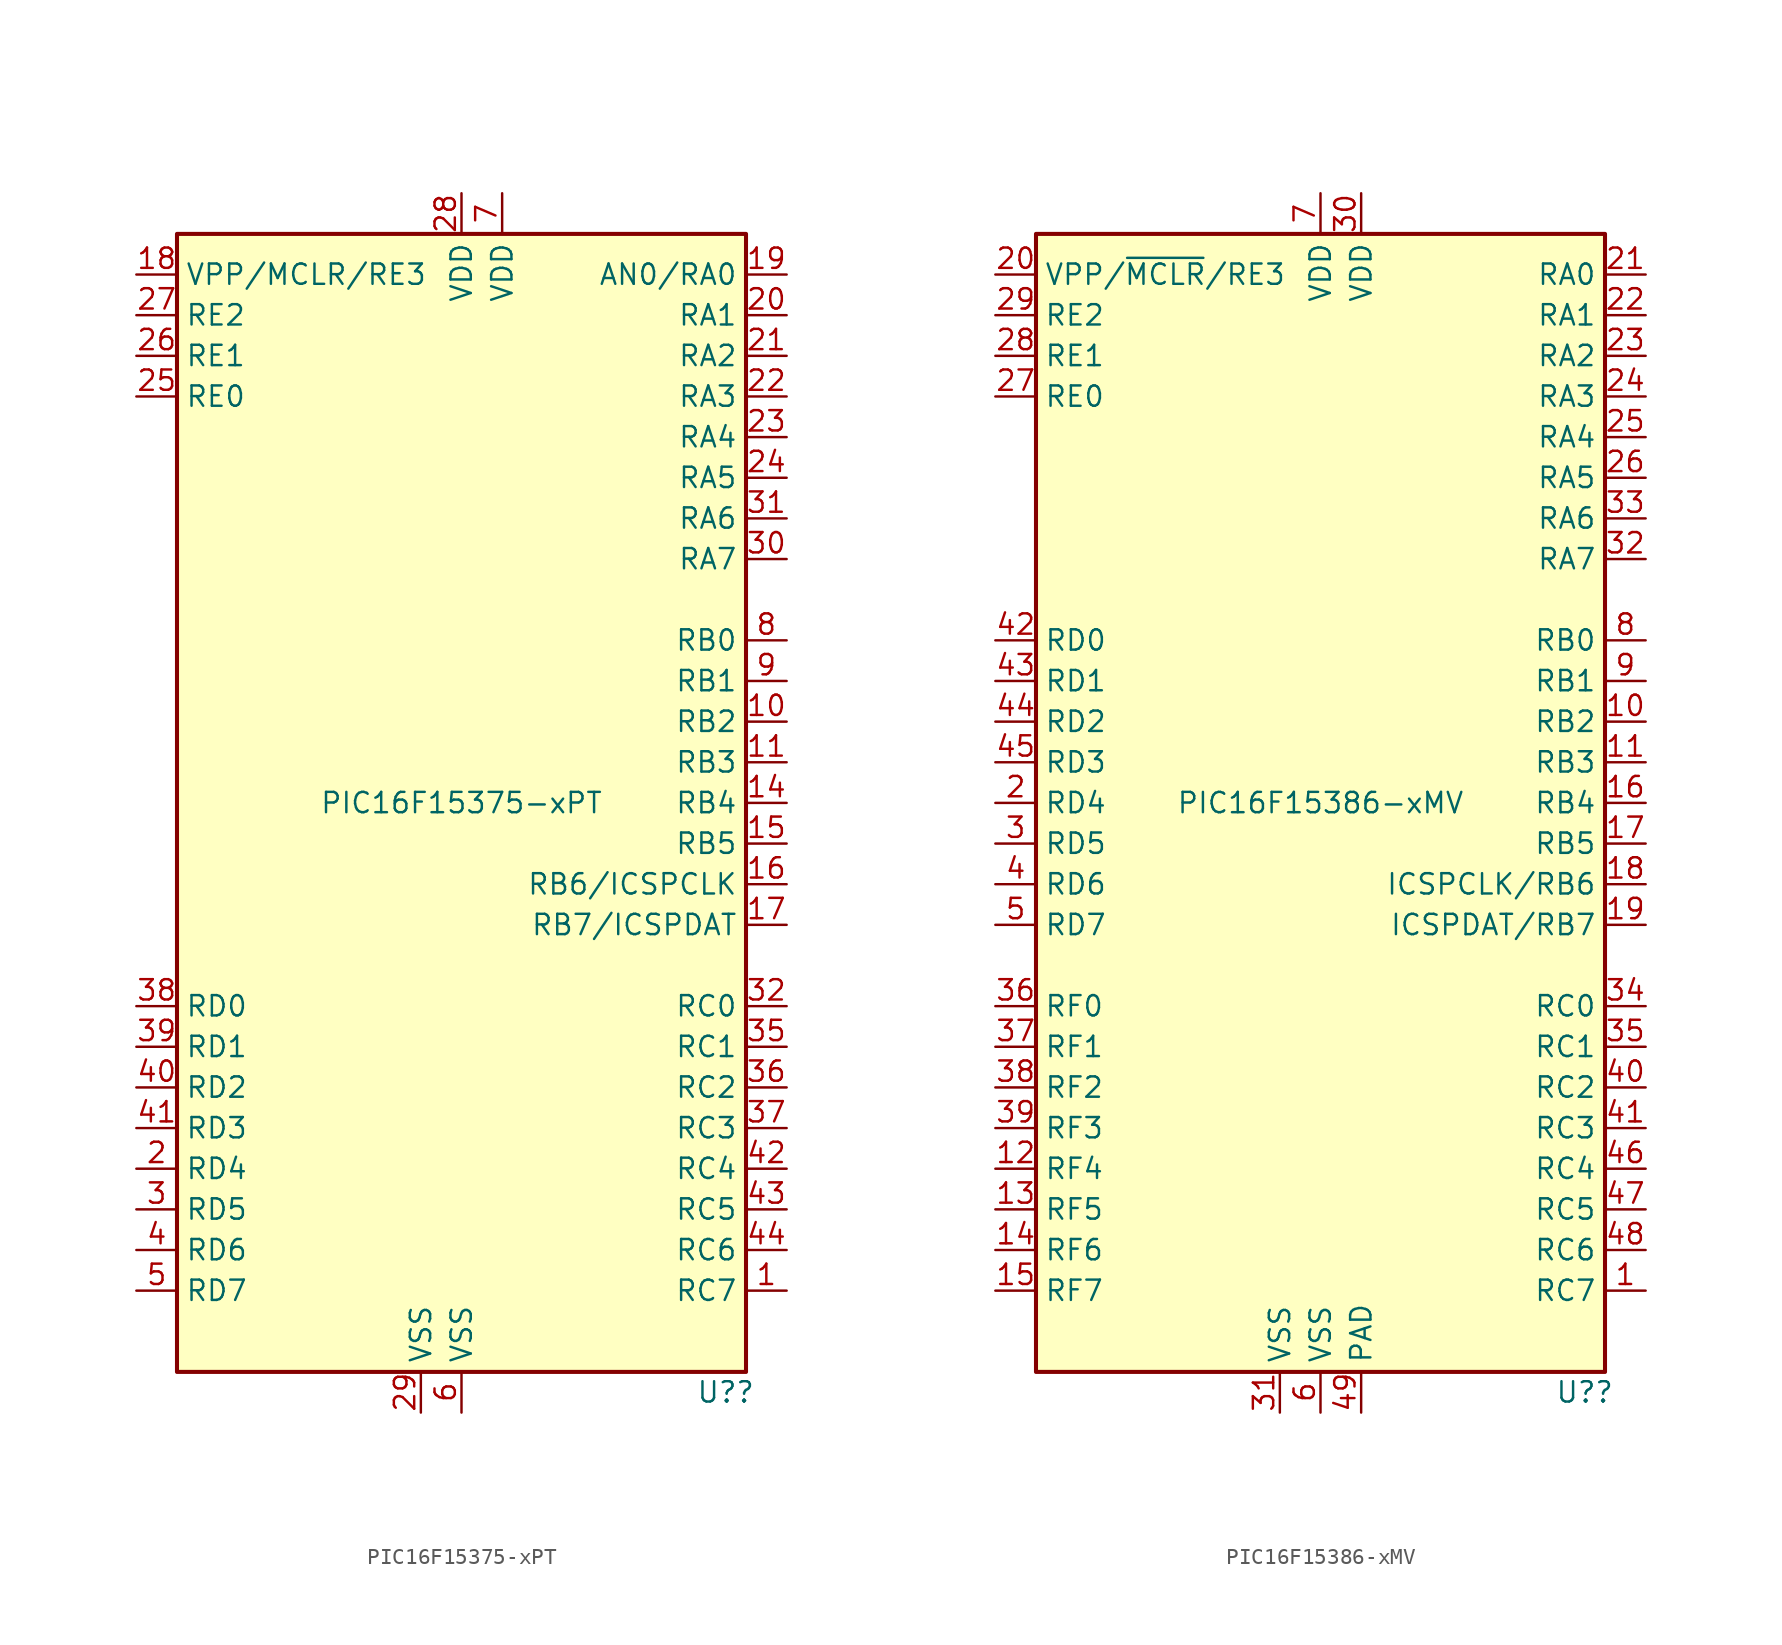
<source format=kicad_sym>
(kicad_symbol_lib
  (version 20201005)
  (generator kicad_symbol_editor)
  (symbol "MCU_Microchip_PIC16:PIC16F15375-xPT"
    (property "Reference" "U?"
      (at 16.51 -36.83 0)
      (effects (font (size 1.27 1.27))))
    (property "Value" "PIC16F15375-xPT"
      (at 0 0 0)
      (effects (font (size 1.27 1.27))))
    (symbol "PIC16F15375-xPT_0_0"
      (pin no_connect line (at -20.32 5.08 0) (length 2.54) hide (name "NC" (effects (font (size 1.27 1.27)))) (number "12" (effects (font (size 1.27 1.27)))))
      (pin no_connect line (at -20.32 0 0) (length 2.54) hide (name "NC" (effects (font (size 1.27 1.27)))) (number "13" (effects (font (size 1.27 1.27)))))
      (pin no_connect line (at -20.32 2.54 0) (length 2.54) hide (name "NC" (effects (font (size 1.27 1.27)))) (number "33" (effects (font (size 1.27 1.27)))))
      (pin no_connect line (at -20.32 7.62 0) (length 2.54) hide (name "NC" (effects (font (size 1.27 1.27)))) (number "34" (effects (font (size 1.27 1.27))))))
    (symbol "PIC16F15375-xPT_0_1"
      (rectangle (start -17.78 35.56) (end 17.78 -35.56) (stroke (width 0.254)) (fill (type background))))
    (symbol "PIC16F15375-xPT_1_1"
      (pin bidirectional line (at 20.32 -30.48 180) (length 2.54) (name "RC7" (effects (font (size 1.27 1.27)))) (number "1" (effects (font (size 1.27 1.27)))))
      (pin bidirectional line (at 20.32 5.08 180) (length 2.54) (name "RB2" (effects (font (size 1.27 1.27)))) (number "10" (effects (font (size 1.27 1.27)))))
      (pin bidirectional line (at 20.32 2.54 180) (length 2.54) (name "RB3" (effects (font (size 1.27 1.27)))) (number "11" (effects (font (size 1.27 1.27)))))
      (pin bidirectional line (at 20.32 0 180) (length 2.54) (name "RB4" (effects (font (size 1.27 1.27)))) (number "14" (effects (font (size 1.27 1.27)))))
      (pin bidirectional line (at 20.32 -2.54 180) (length 2.54) (name "RB5" (effects (font (size 1.27 1.27)))) (number "15" (effects (font (size 1.27 1.27)))))
      (pin bidirectional line (at 20.32 -5.08 180) (length 2.54) (name "RB6/ICSPCLK" (effects (font (size 1.27 1.27)))) (number "16" (effects (font (size 1.27 1.27)))))
      (pin bidirectional line (at 20.32 -7.62 180) (length 2.54) (name "RB7/ICSPDAT" (effects (font (size 1.27 1.27)))) (number "17" (effects (font (size 1.27 1.27)))))
      (pin bidirectional line (at -20.32 33.02 0) (length 2.54) (name "VPP/MCLR/RE3" (effects (font (size 1.27 1.27)))) (number "18" (effects (font (size 1.27 1.27)))))
      (pin bidirectional line (at 20.32 33.02 180) (length 2.54) (name "AN0/RA0" (effects (font (size 1.27 1.27)))) (number "19" (effects (font (size 1.27 1.27)))))
      (pin bidirectional line (at -20.32 -22.86 0) (length 2.54) (name "RD4" (effects (font (size 1.27 1.27)))) (number "2" (effects (font (size 1.27 1.27)))))
      (pin bidirectional line (at 20.32 30.48 180) (length 2.54) (name "RA1" (effects (font (size 1.27 1.27)))) (number "20" (effects (font (size 1.27 1.27)))))
      (pin bidirectional line (at 20.32 27.94 180) (length 2.54) (name "RA2" (effects (font (size 1.27 1.27)))) (number "21" (effects (font (size 1.27 1.27)))))
      (pin bidirectional line (at 20.32 25.4 180) (length 2.54) (name "RA3" (effects (font (size 1.27 1.27)))) (number "22" (effects (font (size 1.27 1.27)))))
      (pin bidirectional line (at 20.32 22.86 180) (length 2.54) (name "RA4" (effects (font (size 1.27 1.27)))) (number "23" (effects (font (size 1.27 1.27)))))
      (pin bidirectional line (at 20.32 20.32 180) (length 2.54) (name "RA5" (effects (font (size 1.27 1.27)))) (number "24" (effects (font (size 1.27 1.27)))))
      (pin bidirectional line (at -20.32 25.4 0) (length 2.54) (name "RE0" (effects (font (size 1.27 1.27)))) (number "25" (effects (font (size 1.27 1.27)))))
      (pin bidirectional line (at -20.32 27.94 0) (length 2.54) (name "RE1" (effects (font (size 1.27 1.27)))) (number "26" (effects (font (size 1.27 1.27)))))
      (pin bidirectional line (at -20.32 30.48 0) (length 2.54) (name "RE2" (effects (font (size 1.27 1.27)))) (number "27" (effects (font (size 1.27 1.27)))))
      (pin power_in line (at 0 38.1 270) (length 2.54) (name "VDD" (effects (font (size 1.27 1.27)))) (number "28" (effects (font (size 1.27 1.27)))))
      (pin power_in line (at -2.54 -38.1 90) (length 2.54) (name "VSS" (effects (font (size 1.27 1.27)))) (number "29" (effects (font (size 1.27 1.27)))))
      (pin bidirectional line (at -20.32 -25.4 0) (length 2.54) (name "RD5" (effects (font (size 1.27 1.27)))) (number "3" (effects (font (size 1.27 1.27)))))
      (pin bidirectional line (at 20.32 15.24 180) (length 2.54) (name "RA7" (effects (font (size 1.27 1.27)))) (number "30" (effects (font (size 1.27 1.27)))))
      (pin bidirectional line (at 20.32 17.78 180) (length 2.54) (name "RA6" (effects (font (size 1.27 1.27)))) (number "31" (effects (font (size 1.27 1.27)))))
      (pin bidirectional line (at 20.32 -12.7 180) (length 2.54) (name "RC0" (effects (font (size 1.27 1.27)))) (number "32" (effects (font (size 1.27 1.27)))))
      (pin bidirectional line (at 20.32 -15.24 180) (length 2.54) (name "RC1" (effects (font (size 1.27 1.27)))) (number "35" (effects (font (size 1.27 1.27)))))
      (pin bidirectional line (at 20.32 -17.78 180) (length 2.54) (name "RC2" (effects (font (size 1.27 1.27)))) (number "36" (effects (font (size 1.27 1.27)))))
      (pin bidirectional line (at 20.32 -20.32 180) (length 2.54) (name "RC3" (effects (font (size 1.27 1.27)))) (number "37" (effects (font (size 1.27 1.27)))))
      (pin bidirectional line (at -20.32 -12.7 0) (length 2.54) (name "RD0" (effects (font (size 1.27 1.27)))) (number "38" (effects (font (size 1.27 1.27)))))
      (pin bidirectional line (at -20.32 -15.24 0) (length 2.54) (name "RD1" (effects (font (size 1.27 1.27)))) (number "39" (effects (font (size 1.27 1.27)))))
      (pin bidirectional line (at -20.32 -27.94 0) (length 2.54) (name "RD6" (effects (font (size 1.27 1.27)))) (number "4" (effects (font (size 1.27 1.27)))))
      (pin bidirectional line (at -20.32 -17.78 0) (length 2.54) (name "RD2" (effects (font (size 1.27 1.27)))) (number "40" (effects (font (size 1.27 1.27)))))
      (pin bidirectional line (at -20.32 -20.32 0) (length 2.54) (name "RD3" (effects (font (size 1.27 1.27)))) (number "41" (effects (font (size 1.27 1.27)))))
      (pin bidirectional line (at 20.32 -22.86 180) (length 2.54) (name "RC4" (effects (font (size 1.27 1.27)))) (number "42" (effects (font (size 1.27 1.27)))))
      (pin bidirectional line (at 20.32 -25.4 180) (length 2.54) (name "RC5" (effects (font (size 1.27 1.27)))) (number "43" (effects (font (size 1.27 1.27)))))
      (pin bidirectional line (at 20.32 -27.94 180) (length 2.54) (name "RC6" (effects (font (size 1.27 1.27)))) (number "44" (effects (font (size 1.27 1.27)))))
      (pin bidirectional line (at -20.32 -30.48 0) (length 2.54) (name "RD7" (effects (font (size 1.27 1.27)))) (number "5" (effects (font (size 1.27 1.27)))))
      (pin power_in line (at 0 -38.1 90) (length 2.54) (name "VSS" (effects (font (size 1.27 1.27)))) (number "6" (effects (font (size 1.27 1.27)))))
      (pin power_in line (at 2.54 38.1 270) (length 2.54) (name "VDD" (effects (font (size 1.27 1.27)))) (number "7" (effects (font (size 1.27 1.27)))))
      (pin bidirectional line (at 20.32 10.16 180) (length 2.54) (name "RB0" (effects (font (size 1.27 1.27)))) (number "8" (effects (font (size 1.27 1.27)))))
      (pin bidirectional line (at 20.32 7.62 180) (length 2.54) (name "RB1" (effects (font (size 1.27 1.27)))) (number "9" (effects (font (size 1.27 1.27)))))))
  (symbol "MCU_Microchip_PIC16:PIC16F15386-xMV"
    (property "Reference" "U?"
      (at 16.51 -36.83 0)
      (effects (font (size 1.27 1.27))))
    (property "Value" "PIC16F15386-xMV"
      (at 0 0 0)
      (effects (font (size 1.27 1.27))))
    (symbol "PIC16F15386-xMV_0_0"
      (pin bidirectional line (at -20.32 -2.54 0) (length 2.54) (name "RD5" (effects (font (size 1.27 1.27)))) (number "3" (effects (font (size 1.27 1.27)))))
      (pin bidirectional line (at -20.32 -5.08 0) (length 2.54) (name "RD6" (effects (font (size 1.27 1.27)))) (number "4" (effects (font (size 1.27 1.27)))))
      (pin power_in line (at 2.54 -38.1 90) (length 2.54) (name "PAD" (effects (font (size 1.27 1.27)))) (number "49" (effects (font (size 1.27 1.27))))))
    (symbol "PIC16F15386-xMV_0_1"
      (rectangle (start -17.78 35.56) (end 17.78 -35.56) (stroke (width 0.254)) (fill (type background))))
    (symbol "PIC16F15386-xMV_1_1"
      (pin bidirectional line (at 20.32 -30.48 180) (length 2.54) (name "RC7" (effects (font (size 1.27 1.27)))) (number "1" (effects (font (size 1.27 1.27)))))
      (pin bidirectional line (at 20.32 5.08 180) (length 2.54) (name "RB2" (effects (font (size 1.27 1.27)))) (number "10" (effects (font (size 1.27 1.27)))))
      (pin bidirectional line (at 20.32 2.54 180) (length 2.54) (name "RB3" (effects (font (size 1.27 1.27)))) (number "11" (effects (font (size 1.27 1.27)))))
      (pin bidirectional line (at -20.32 -22.86 0) (length 2.54) (name "RF4" (effects (font (size 1.27 1.27)))) (number "12" (effects (font (size 1.27 1.27)))))
      (pin bidirectional line (at -20.32 -25.4 0) (length 2.54) (name "RF5" (effects (font (size 1.27 1.27)))) (number "13" (effects (font (size 1.27 1.27)))))
      (pin bidirectional line (at -20.32 -27.94 0) (length 2.54) (name "RF6" (effects (font (size 1.27 1.27)))) (number "14" (effects (font (size 1.27 1.27)))))
      (pin bidirectional line (at -20.32 -30.48 0) (length 2.54) (name "RF7" (effects (font (size 1.27 1.27)))) (number "15" (effects (font (size 1.27 1.27)))))
      (pin bidirectional line (at 20.32 0 180) (length 2.54) (name "RB4" (effects (font (size 1.27 1.27)))) (number "16" (effects (font (size 1.27 1.27)))))
      (pin bidirectional line (at 20.32 -2.54 180) (length 2.54) (name "RB5" (effects (font (size 1.27 1.27)))) (number "17" (effects (font (size 1.27 1.27)))))
      (pin bidirectional line (at 20.32 -5.08 180) (length 2.54) (name "ICSPCLK/RB6" (effects (font (size 1.27 1.27)))) (number "18" (effects (font (size 1.27 1.27)))))
      (pin bidirectional line (at 20.32 -7.62 180) (length 2.54) (name "ICSPDAT/RB7" (effects (font (size 1.27 1.27)))) (number "19" (effects (font (size 1.27 1.27)))))
      (pin bidirectional line (at -20.32 0 0) (length 2.54) (name "RD4" (effects (font (size 1.27 1.27)))) (number "2" (effects (font (size 1.27 1.27)))))
      (pin bidirectional line (at -20.32 33.02 0) (length 2.54) (name "VPP/~MCLR~/RE3" (effects (font (size 1.27 1.27)))) (number "20" (effects (font (size 1.27 1.27)))))
      (pin bidirectional line (at 20.32 33.02 180) (length 2.54) (name "RA0" (effects (font (size 1.27 1.27)))) (number "21" (effects (font (size 1.27 1.27)))))
      (pin bidirectional line (at 20.32 30.48 180) (length 2.54) (name "RA1" (effects (font (size 1.27 1.27)))) (number "22" (effects (font (size 1.27 1.27)))))
      (pin bidirectional line (at 20.32 27.94 180) (length 2.54) (name "RA2" (effects (font (size 1.27 1.27)))) (number "23" (effects (font (size 1.27 1.27)))))
      (pin bidirectional line (at 20.32 25.4 180) (length 2.54) (name "RA3" (effects (font (size 1.27 1.27)))) (number "24" (effects (font (size 1.27 1.27)))))
      (pin bidirectional line (at 20.32 22.86 180) (length 2.54) (name "RA4" (effects (font (size 1.27 1.27)))) (number "25" (effects (font (size 1.27 1.27)))))
      (pin bidirectional line (at 20.32 20.32 180) (length 2.54) (name "RA5" (effects (font (size 1.27 1.27)))) (number "26" (effects (font (size 1.27 1.27)))))
      (pin bidirectional line (at -20.32 25.4 0) (length 2.54) (name "RE0" (effects (font (size 1.27 1.27)))) (number "27" (effects (font (size 1.27 1.27)))))
      (pin bidirectional line (at -20.32 27.94 0) (length 2.54) (name "RE1" (effects (font (size 1.27 1.27)))) (number "28" (effects (font (size 1.27 1.27)))))
      (pin bidirectional line (at -20.32 30.48 0) (length 2.54) (name "RE2" (effects (font (size 1.27 1.27)))) (number "29" (effects (font (size 1.27 1.27)))))
      (pin power_in line (at 2.54 38.1 270) (length 2.54) (name "VDD" (effects (font (size 1.27 1.27)))) (number "30" (effects (font (size 1.27 1.27)))))
      (pin power_in line (at -2.54 -38.1 90) (length 2.54) (name "VSS" (effects (font (size 1.27 1.27)))) (number "31" (effects (font (size 1.27 1.27)))))
      (pin bidirectional line (at 20.32 15.24 180) (length 2.54) (name "RA7" (effects (font (size 1.27 1.27)))) (number "32" (effects (font (size 1.27 1.27)))))
      (pin bidirectional line (at 20.32 17.78 180) (length 2.54) (name "RA6" (effects (font (size 1.27 1.27)))) (number "33" (effects (font (size 1.27 1.27)))))
      (pin bidirectional line (at 20.32 -12.7 180) (length 2.54) (name "RC0" (effects (font (size 1.27 1.27)))) (number "34" (effects (font (size 1.27 1.27)))))
      (pin bidirectional line (at 20.32 -15.24 180) (length 2.54) (name "RC1" (effects (font (size 1.27 1.27)))) (number "35" (effects (font (size 1.27 1.27)))))
      (pin bidirectional line (at -20.32 -12.7 0) (length 2.54) (name "RF0" (effects (font (size 1.27 1.27)))) (number "36" (effects (font (size 1.27 1.27)))))
      (pin bidirectional line (at -20.32 -15.24 0) (length 2.54) (name "RF1" (effects (font (size 1.27 1.27)))) (number "37" (effects (font (size 1.27 1.27)))))
      (pin bidirectional line (at -20.32 -17.78 0) (length 2.54) (name "RF2" (effects (font (size 1.27 1.27)))) (number "38" (effects (font (size 1.27 1.27)))))
      (pin bidirectional line (at -20.32 -20.32 0) (length 2.54) (name "RF3" (effects (font (size 1.27 1.27)))) (number "39" (effects (font (size 1.27 1.27)))))
      (pin bidirectional line (at 20.32 -17.78 180) (length 2.54) (name "RC2" (effects (font (size 1.27 1.27)))) (number "40" (effects (font (size 1.27 1.27)))))
      (pin bidirectional line (at 20.32 -20.32 180) (length 2.54) (name "RC3" (effects (font (size 1.27 1.27)))) (number "41" (effects (font (size 1.27 1.27)))))
      (pin bidirectional line (at -20.32 10.16 0) (length 2.54) (name "RD0" (effects (font (size 1.27 1.27)))) (number "42" (effects (font (size 1.27 1.27)))))
      (pin bidirectional line (at -20.32 7.62 0) (length 2.54) (name "RD1" (effects (font (size 1.27 1.27)))) (number "43" (effects (font (size 1.27 1.27)))))
      (pin bidirectional line (at -20.32 5.08 0) (length 2.54) (name "RD2" (effects (font (size 1.27 1.27)))) (number "44" (effects (font (size 1.27 1.27)))))
      (pin bidirectional line (at -20.32 2.54 0) (length 2.54) (name "RD3" (effects (font (size 1.27 1.27)))) (number "45" (effects (font (size 1.27 1.27)))))
      (pin bidirectional line (at 20.32 -22.86 180) (length 2.54) (name "RC4" (effects (font (size 1.27 1.27)))) (number "46" (effects (font (size 1.27 1.27)))))
      (pin bidirectional line (at 20.32 -25.4 180) (length 2.54) (name "RC5" (effects (font (size 1.27 1.27)))) (number "47" (effects (font (size 1.27 1.27)))))
      (pin bidirectional line (at 20.32 -27.94 180) (length 2.54) (name "RC6" (effects (font (size 1.27 1.27)))) (number "48" (effects (font (size 1.27 1.27)))))
      (pin bidirectional line (at -20.32 -7.62 0) (length 2.54) (name "RD7" (effects (font (size 1.27 1.27)))) (number "5" (effects (font (size 1.27 1.27)))))
      (pin power_in line (at 0 -38.1 90) (length 2.54) (name "VSS" (effects (font (size 1.27 1.27)))) (number "6" (effects (font (size 1.27 1.27)))))
      (pin power_in line (at 0 38.1 270) (length 2.54) (name "VDD" (effects (font (size 1.27 1.27)))) (number "7" (effects (font (size 1.27 1.27)))))
      (pin bidirectional line (at 20.32 10.16 180) (length 2.54) (name "RB0" (effects (font (size 1.27 1.27)))) (number "8" (effects (font (size 1.27 1.27)))))
      (pin bidirectional line (at 20.32 7.62 180) (length 2.54) (name "RB1" (effects (font (size 1.27 1.27)))) (number "9" (effects (font (size 1.27 1.27))))))))
</source>
